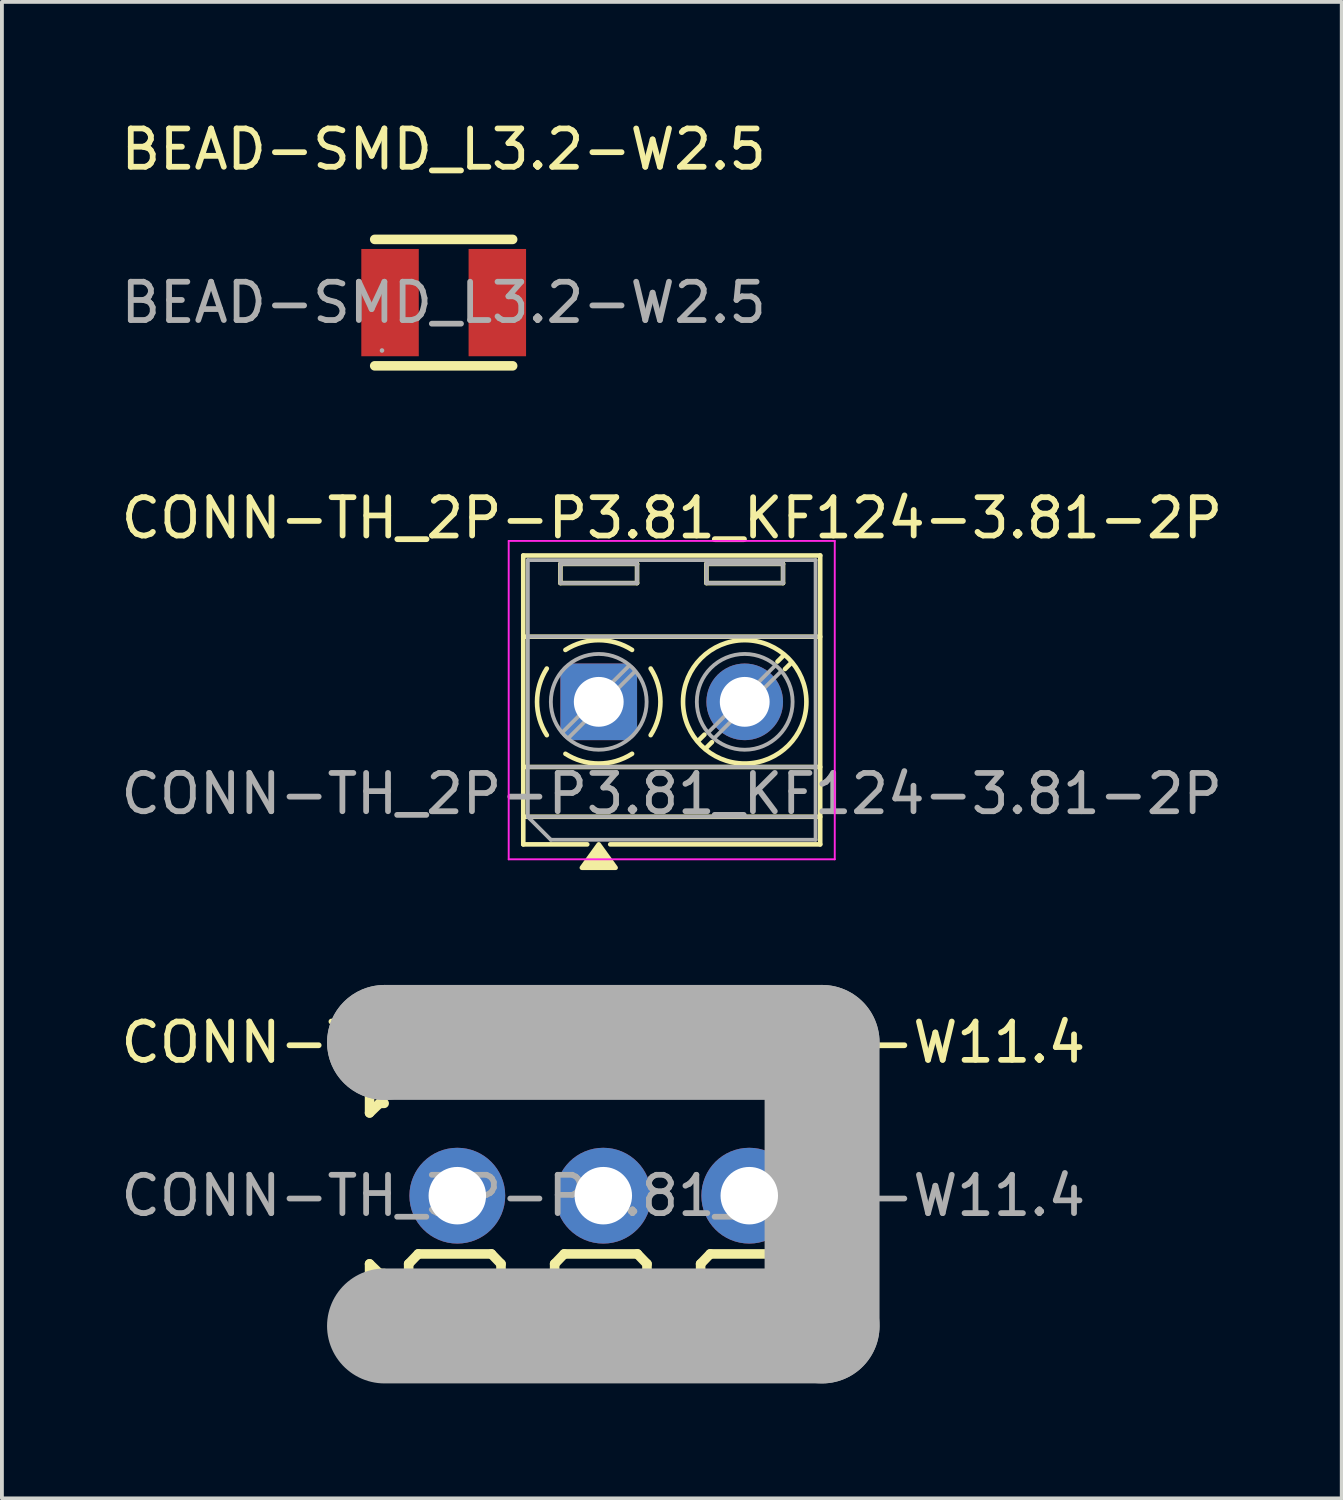
<source format=kicad_pcb>
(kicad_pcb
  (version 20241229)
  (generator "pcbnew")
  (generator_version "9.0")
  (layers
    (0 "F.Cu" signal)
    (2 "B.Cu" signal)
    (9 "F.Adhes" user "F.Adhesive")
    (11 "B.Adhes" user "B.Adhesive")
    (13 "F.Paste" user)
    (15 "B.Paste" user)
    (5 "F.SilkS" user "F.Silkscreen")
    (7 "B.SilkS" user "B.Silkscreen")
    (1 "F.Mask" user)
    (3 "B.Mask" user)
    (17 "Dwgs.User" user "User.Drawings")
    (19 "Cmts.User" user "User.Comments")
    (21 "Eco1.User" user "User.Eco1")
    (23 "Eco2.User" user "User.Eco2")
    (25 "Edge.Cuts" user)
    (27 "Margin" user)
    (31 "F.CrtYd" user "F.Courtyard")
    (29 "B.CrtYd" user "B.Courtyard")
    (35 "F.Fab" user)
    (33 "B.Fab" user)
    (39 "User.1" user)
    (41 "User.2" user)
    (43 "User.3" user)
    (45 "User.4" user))
  (footprint "CONN-TH_2P-P3.81_KF124-3.81-2P"
    (layer "F.Cu")
    (at 14.557 15.268)
    (property "Reference" "CONN-TH_2P-P3.81_KF124-3.81-2P" (at -0.07 -4.796 0) (layer "F.SilkS") (effects (font (size 1 1) (thickness 0.15))))
    (attr through_hole)
    (fp_line (start -3.95 -3.82) (end -3.95 3.72) (stroke (width 0.12) (type solid)) (layer "F.SilkS"))
    (fp_line (start -3.95 -3.82) (end 3.8 -3.82) (stroke (width 0.12) (type solid)) (layer "F.SilkS"))
    (fp_line (start -3.95 -1.7) (end 3.8 -1.7) (stroke (width 0.12) (type solid)) (layer "F.SilkS"))
    (fp_line (start -3.95 1.7) (end 3.8 1.7) (stroke (width 0.12) (type solid)) (layer "F.SilkS"))
    (fp_line (start -3.95 3) (end 3.8 3) (stroke (width 0.12) (type solid)) (layer "F.SilkS"))
    (fp_line (start -3.95 3.72) (end -2.28 3.72) (stroke (width 0.12) (type solid)) (layer "F.SilkS"))
    (fp_line (start -2.98 -3.6) (end -2.98 -3.1) (stroke (width 0.12) (type solid)) (layer "F.SilkS"))
    (fp_line (start -2.98 -3.6) (end -0.98 -3.6) (stroke (width 0.12) (type solid)) (layer "F.SilkS"))
    (fp_line (start -2.98 -3.1) (end -0.98 -3.1) (stroke (width 0.12) (type solid)) (layer "F.SilkS"))
    (fp_line (start -1.68 3.72) (end 3.8 3.72) (stroke (width 0.12) (type solid)) (layer "F.SilkS"))
    (fp_line (start -0.98 -3.6) (end -0.98 -3.1) (stroke (width 0.12) (type solid)) (layer "F.SilkS"))
    (fp_line (start 0.779 0.855) (end 0.609 1.024) (stroke (width 0.12) (type solid)) (layer "F.SilkS"))
    (fp_line (start 0.83 -3.6) (end 0.83 -3.1) (stroke (width 0.12) (type solid)) (layer "F.SilkS"))
    (fp_line (start 0.83 -3.6) (end 2.83 -3.6) (stroke (width 0.12) (type solid)) (layer "F.SilkS"))
    (fp_line (start 0.83 -3.1) (end 2.83 -3.1) (stroke (width 0.12) (type solid)) (layer "F.SilkS"))
    (fp_line (start 0.975 1.051) (end 0.805 1.221) (stroke (width 0.12) (type solid)) (layer "F.SilkS"))
    (fp_line (start 2.83 -3.6) (end 2.83 -3.1) (stroke (width 0.12) (type solid)) (layer "F.SilkS"))
    (fp_line (start 2.855 -1.221) (end 2.685 -1.051) (stroke (width 0.12) (type solid)) (layer "F.SilkS"))
    (fp_line (start 3.051 -1.024) (end 2.881 -0.855) (stroke (width 0.12) (type solid)) (layer "F.SilkS"))
    (fp_line (start 3.8 -3.82) (end 3.8 3.72) (stroke (width 0.12) (type solid)) (layer "F.SilkS"))
    (fp_arc (start -3.335 0.87) (mid -3.590256 0.000399) (end -3.335431 -0.869328) (stroke (width 0.12) (type solid)) (layer "F.SilkS"))
    (fp_arc (start -2.85 -1.355) (mid -1.980399 -1.610256) (end -1.110672 -1.355431) (stroke (width 0.12) (type solid)) (layer "F.SilkS"))
    (fp_arc (start -1.11 1.355) (mid -1.979601 1.610256) (end -2.849328 1.355431) (stroke (width 0.12) (type solid)) (layer "F.SilkS"))
    (fp_arc (start -0.625 -0.87) (mid -0.369744 -0.000399) (end -0.624569 0.869328) (stroke (width 0.12) (type solid)) (layer "F.SilkS"))
    (fp_circle (center 1.83 0) (end 3.44 0) (stroke (width 0.12) (type solid)) (fill no) (layer "F.SilkS"))
    (fp_poly (pts (xy -1.98 3.72) (xy -1.54 4.33) (xy -2.42 4.33) (xy -1.98 3.72)) (stroke (width 0.12) (type solid)) (fill yes) (layer "F.SilkS"))
    (fp_line (start -4.33 -4.2) (end -4.33 4.11) (stroke (width 0.05) (type solid)) (layer "F.CrtYd"))
    (fp_line (start -4.33 4.11) (end 4.18 4.11) (stroke (width 0.05) (type solid)) (layer "F.CrtYd"))
    (fp_line (start 4.18 -4.2) (end -4.33 -4.2) (stroke (width 0.05) (type solid)) (layer "F.CrtYd"))
    (fp_line (start 4.18 4.11) (end 4.18 -4.2) (stroke (width 0.05) (type solid)) (layer "F.CrtYd"))
    (fp_line (start -3.83 -3.7) (end 3.68 -3.7) (stroke (width 0.1) (type solid)) (layer "F.Fab"))
    (fp_line (start -3.83 -1.7) (end 3.68 -1.7) (stroke (width 0.1) (type solid)) (layer "F.Fab"))
    (fp_line (start -3.83 1.7) (end 3.68 1.7) (stroke (width 0.1) (type solid)) (layer "F.Fab"))
    (fp_line (start -3.83 3) (end -3.83 -3.7) (stroke (width 0.1) (type solid)) (layer "F.Fab"))
    (fp_line (start -3.83 3) (end 3.68 3) (stroke (width 0.1) (type solid)) (layer "F.Fab"))
    (fp_line (start -3.23 3.6) (end -3.83 3) (stroke (width 0.1) (type solid)) (layer "F.Fab"))
    (fp_line (start -2.98 -3.6) (end -2.98 -3.1) (stroke (width 0.1) (type solid)) (layer "F.Fab"))
    (fp_line (start -2.98 -3.1) (end -0.98 -3.1) (stroke (width 0.1) (type solid)) (layer "F.Fab"))
    (fp_line (start -1.184 -0.948) (end -2.928 0.795) (stroke (width 0.1) (type solid)) (layer "F.Fab"))
    (fp_line (start -1.032 -0.795) (end -2.776 0.948) (stroke (width 0.1) (type solid)) (layer "F.Fab"))
    (fp_line (start -0.98 -3.6) (end -2.98 -3.6) (stroke (width 0.1) (type solid)) (layer "F.Fab"))
    (fp_line (start -0.98 -3.1) (end -0.98 -3.6) (stroke (width 0.1) (type solid)) (layer "F.Fab"))
    (fp_line (start 0.83 -3.6) (end 0.83 -3.1) (stroke (width 0.1) (type solid)) (layer "F.Fab"))
    (fp_line (start 0.83 -3.1) (end 2.83 -3.1) (stroke (width 0.1) (type solid)) (layer "F.Fab"))
    (fp_line (start 2.626 -0.948) (end 0.882 0.795) (stroke (width 0.1) (type solid)) (layer "F.Fab"))
    (fp_line (start 2.778 -0.795) (end 1.034 0.948) (stroke (width 0.1) (type solid)) (layer "F.Fab"))
    (fp_line (start 2.83 -3.6) (end 0.83 -3.6) (stroke (width 0.1) (type solid)) (layer "F.Fab"))
    (fp_line (start 2.83 -3.1) (end 2.83 -3.6) (stroke (width 0.1) (type solid)) (layer "F.Fab"))
    (fp_line (start 3.68 -3.7) (end 3.68 3.6) (stroke (width 0.1) (type solid)) (layer "F.Fab"))
    (fp_line (start 3.68 3.6) (end -3.23 3.6) (stroke (width 0.1) (type solid)) (layer "F.Fab"))
    (fp_circle (center -1.98 0) (end -0.73 0) (stroke (width 0.1) (type solid)) (fill no) (layer "F.Fab"))
    (fp_circle (center 1.83 0) (end 3.08 0) (stroke (width 0.1) (type solid)) (fill no) (layer "F.Fab"))
    (fp_text user "${REFERENCE}" (at -0.075 2.4 0) (layer "F.Fab") (effects (font (size 1 1) (thickness 0.15))))
    (pad "1" thru_hole roundrect (at -1.98 0) (size 2 2) (drill 1.3) (layers "*.Cu" "*.Mask") (roundrect_rratio 0.143))
    (pad "2" thru_hole circle (at 1.83 0) (size 2 2) (drill 1.3) (layers "*.Cu" "*.Mask")))
  (footprint "CONN-TH_3P-P3.81_L7.4-W11.4"
    (layer "F.Cu")
    (at 12.696 28.157)
    (property "Reference" "CONN-TH_3P-P3.81_L7.4-W11.4" (at 0 -4 0) (layer "F.SilkS") (effects (font (size 1 1) (thickness 0.15))))
    (attr through_hole)
    (fp_line (start -6.1 -3.18) (end -6.1 -2.16) (stroke (width 0.25) (type solid)) (layer "F.SilkS"))
    (fp_line (start -6.1 -2.16) (end -5.84 -2.41) (stroke (width 0.25) (type solid)) (layer "F.SilkS"))
    (fp_line (start -6.1 1.78) (end -6.1 2.79) (stroke (width 0.25) (type solid)) (layer "F.SilkS"))
    (fp_line (start -6.1 2.79) (end -5.84 2.54) (stroke (width 0.25) (type solid)) (layer "F.SilkS"))
    (fp_line (start -5.84 -2.92) (end -6.1 -3.18) (stroke (width 0.25) (type solid)) (layer "F.SilkS"))
    (fp_line (start -5.84 -2.41) (end -5.72 -2.41) (stroke (width 0.25) (type solid)) (layer "F.SilkS"))
    (fp_line (start -5.84 2.03) (end -6.1 1.78) (stroke (width 0.25) (type solid)) (layer "F.SilkS"))
    (fp_line (start -5.84 2.54) (end -5.72 2.54) (stroke (width 0.25) (type solid)) (layer "F.SilkS"))
    (fp_line (start -5.72 -2.92) (end -5.84 -2.92) (stroke (width 0.25) (type solid)) (layer "F.SilkS"))
    (fp_line (start -5.72 2.03) (end -5.84 2.03) (stroke (width 0.25) (type solid)) (layer "F.SilkS"))
    (fp_line (start -5.08 1.78) (end -4.83 1.52) (stroke (width 0.25) (type solid)) (layer "F.SilkS"))
    (fp_line (start -5.08 3.3) (end -5.08 1.78) (stroke (width 0.25) (type solid)) (layer "F.SilkS"))
    (fp_line (start -4.83 1.52) (end -2.92 1.52) (stroke (width 0.25) (type solid)) (layer "F.SilkS"))
    (fp_line (start -2.92 1.52) (end -2.67 1.78) (stroke (width 0.25) (type solid)) (layer "F.SilkS"))
    (fp_line (start -2.67 1.78) (end -2.67 3.3) (stroke (width 0.25) (type solid)) (layer "F.SilkS"))
    (fp_line (start -1.27 1.78) (end -1.02 1.52) (stroke (width 0.25) (type solid)) (layer "F.SilkS"))
    (fp_line (start -1.27 3.3) (end -1.27 1.78) (stroke (width 0.25) (type solid)) (layer "F.SilkS"))
    (fp_line (start -1.02 1.52) (end 0.89 1.52) (stroke (width 0.25) (type solid)) (layer "F.SilkS"))
    (fp_line (start 0.89 1.52) (end 1.14 1.78) (stroke (width 0.25) (type solid)) (layer "F.SilkS"))
    (fp_line (start 1.14 1.78) (end 1.14 3.3) (stroke (width 0.25) (type solid)) (layer "F.SilkS"))
    (fp_line (start 2.54 1.78) (end 2.79 1.52) (stroke (width 0.25) (type solid)) (layer "F.SilkS"))
    (fp_line (start 2.54 3.3) (end 2.54 1.78) (stroke (width 0.25) (type solid)) (layer "F.SilkS"))
    (fp_line (start 2.79 1.52) (end 4.7 1.52) (stroke (width 0.25) (type solid)) (layer "F.SilkS"))
    (fp_line (start 4.7 1.52) (end 4.95 1.78) (stroke (width 0.25) (type solid)) (layer "F.SilkS"))
    (fp_line (start 4.95 1.78) (end 4.95 3.3) (stroke (width 0.25) (type solid)) (layer "F.SilkS"))
    (fp_line (start -5.71 -4) (end -5.71 -4) (stroke (width 3) (type solid)) (layer "F.Fab"))
    (fp_line (start -5.71 -4) (end 5.71 -4) (stroke (width 3) (type solid)) (layer "F.Fab"))
    (fp_line (start 5.71 -4) (end 5.71 3.4) (stroke (width 3) (type solid)) (layer "F.Fab"))
    (fp_line (start 5.71 3.4) (end -5.71 3.4) (stroke (width 3) (type solid)) (layer "F.Fab"))
    (fp_circle (center -5.72 3.5) (end -5.69 3.5) (stroke (width 0.06) (type solid)) (fill no) (layer "F.Fab"))
    (fp_text user "${REFERENCE}" (at 0 0 0) (layer "F.Fab") (effects (font (size 1 1) (thickness 0.15))))
    (pad "1" thru_hole circle (at -3.81 0) (size 2.5 2.5) (drill 1.5) (layers "*.Cu" "*.Mask"))
    (pad "2" thru_hole circle (at 0 0) (size 2.5 2.5) (drill 1.5) (layers "*.Cu" "*.Mask"))
    (pad "3" thru_hole circle (at 3.81 0) (size 2.5 2.5) (drill 1.5) (layers "*.Cu" "*.Mask")))
  (footprint "BEAD-SMD_L3.2-W2.5"
    (layer "F.Cu")
    (at 8.53 4.848)
    (property "Reference" "BEAD-SMD_L3.2-W2.5" (at 0 -4 0) (layer "F.SilkS") (effects (font (size 1 1) (thickness 0.15))))
    (attr smd)
    (fp_line (start -1.8 -1.65) (end 1.8 -1.65) (stroke (width 0.25) (type solid)) (layer "F.SilkS"))
    (fp_line (start -1.8 1.65) (end 1.8 1.65) (stroke (width 0.25) (type solid)) (layer "F.SilkS"))
    (fp_circle (center -1.61 1.25) (end -1.58 1.25) (stroke (width 0.06) (type solid)) (fill no) (layer "F.Fab"))
    (fp_text user "${REFERENCE}" (at 0 0 0) (layer "F.Fab") (effects (font (size 1 1) (thickness 0.15))))
    (pad "1" smd rect (at -1.4 0 90) (size 2.8 1.5) (layers "F.Cu" "F.Mask" "F.Paste"))
    (pad "2" smd rect (at 1.4 0 90) (size 2.8 1.5) (layers "F.Cu" "F.Mask" "F.Paste")))
  (gr_rect
    (start -3 -3)
    (end 31.969 36.057)
    (stroke (width 0.1) (type default))
    (fill no)
    (layer "Edge.Cuts")))
</source>
